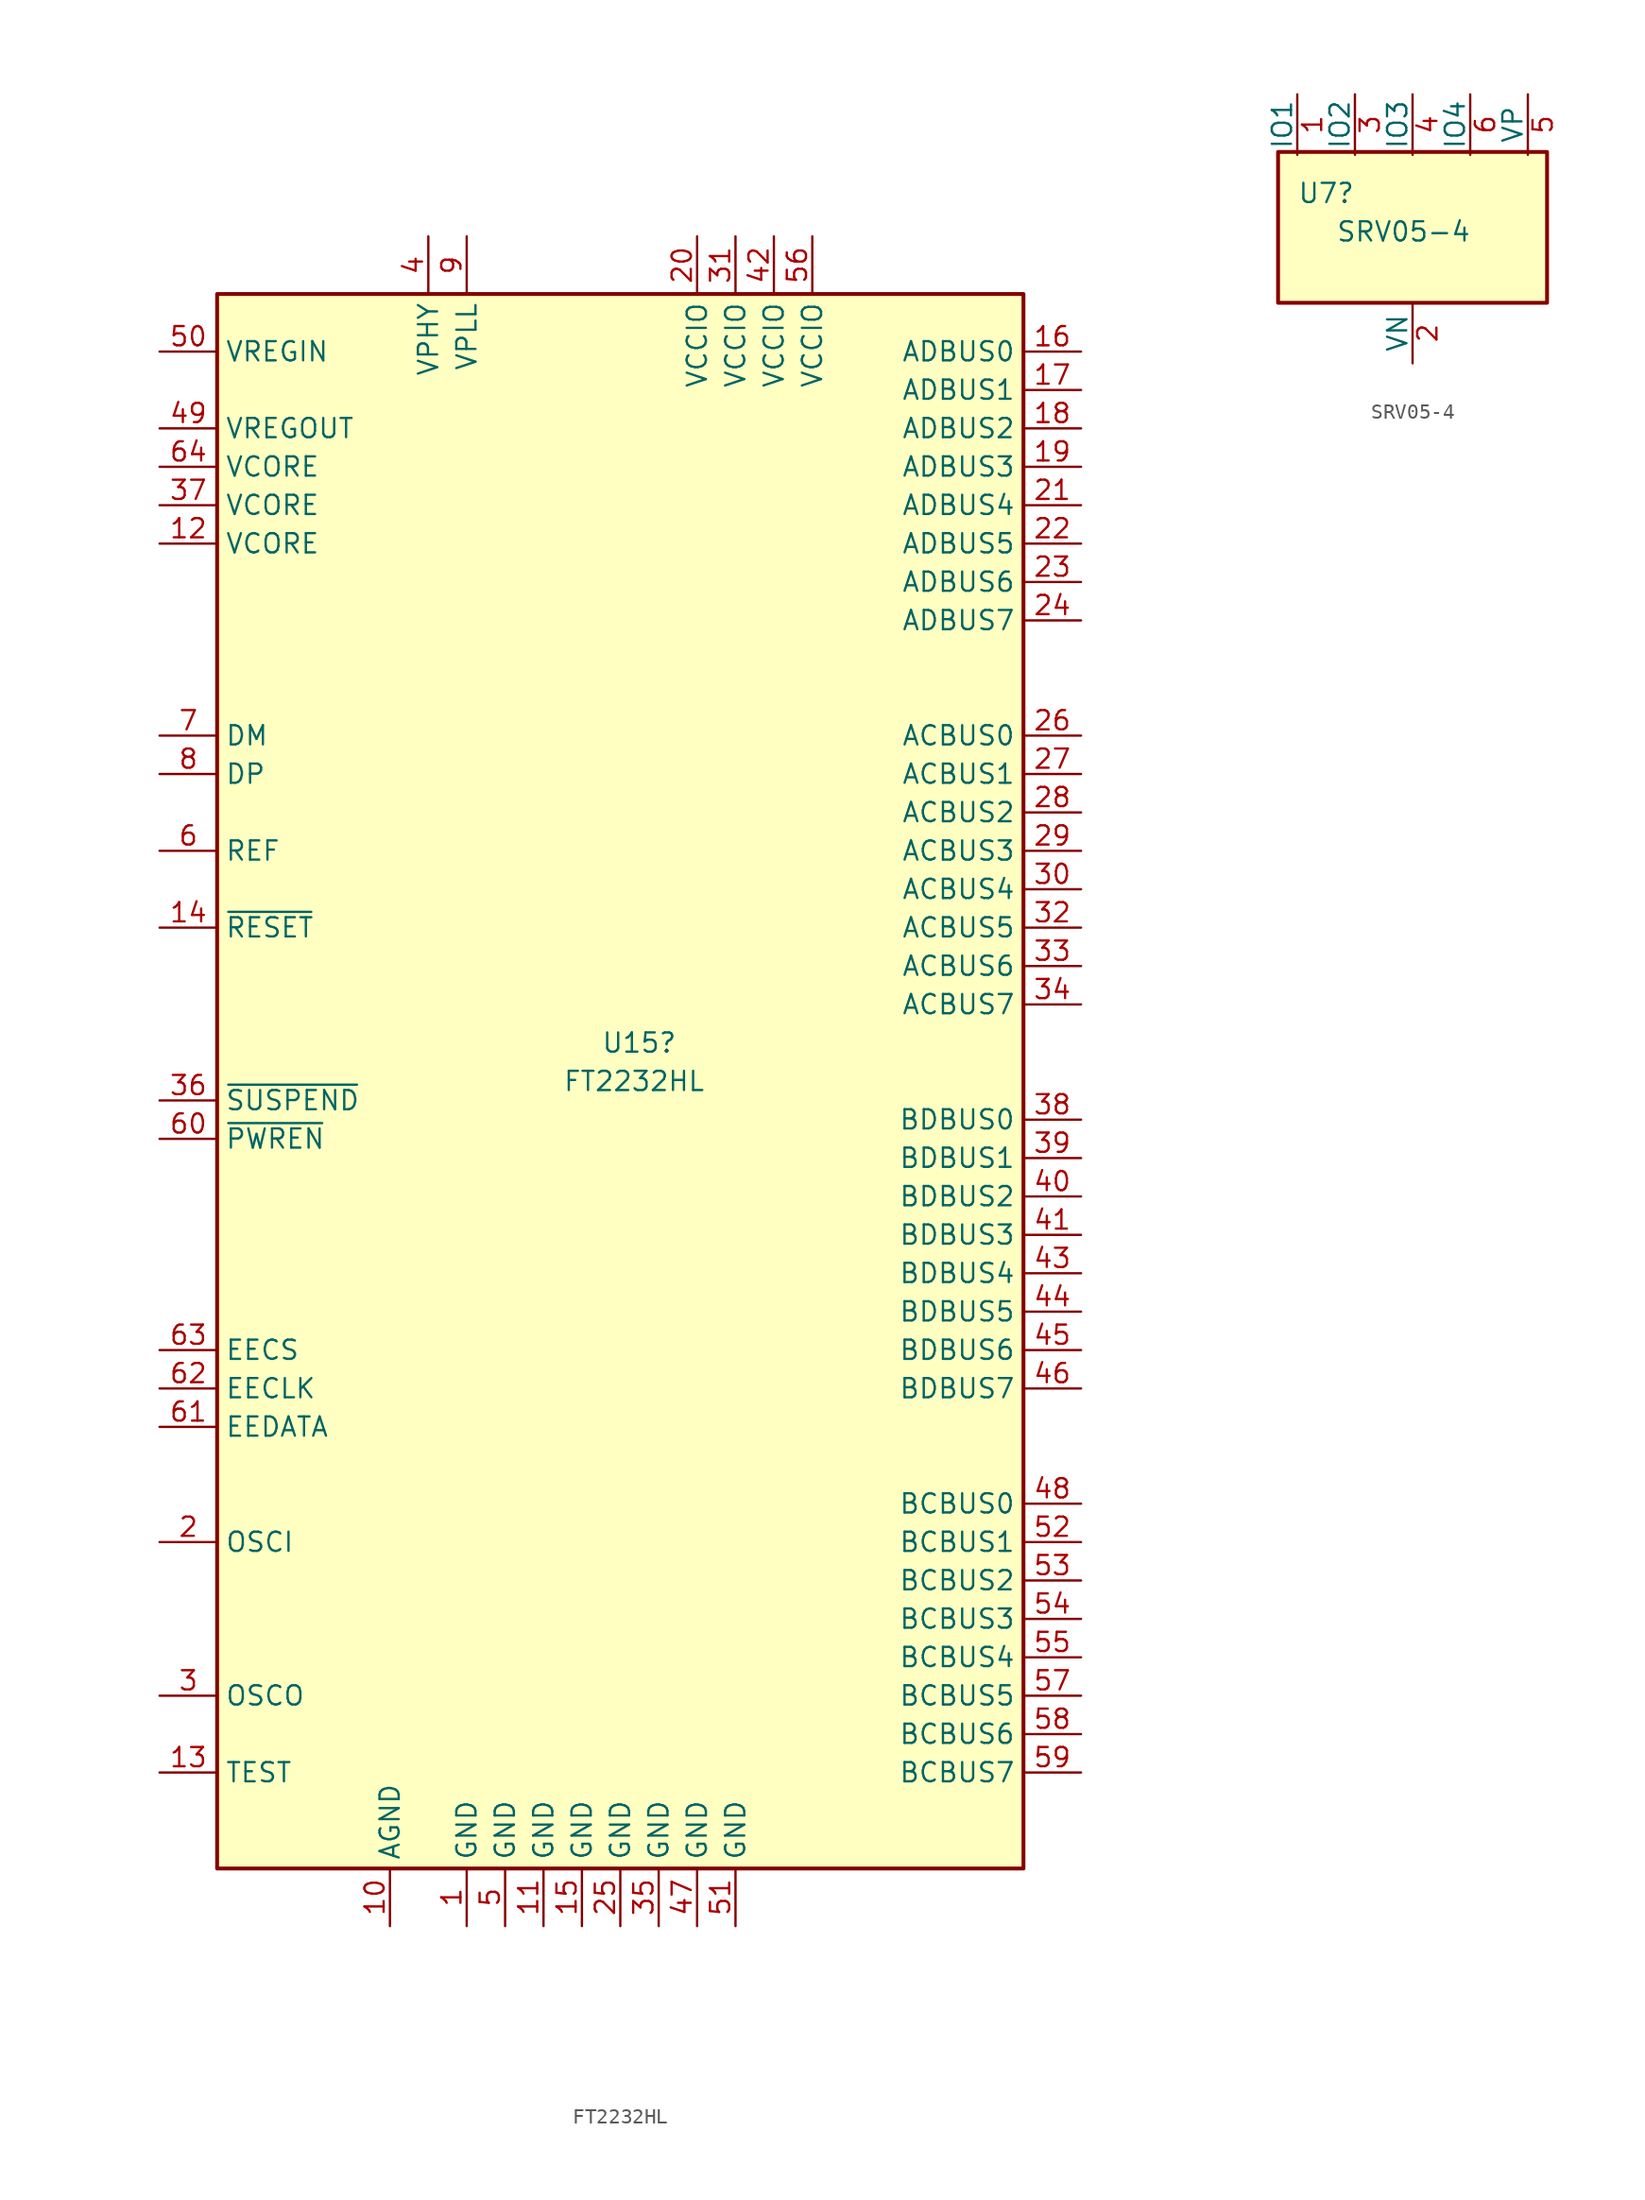
<source format=kicad_sym>
(kicad_symbol_lib
  (version 20220914)
  (generator kicad_symbol_editor)
  (symbol "FT2232HL"
    (property "Reference" "U15"
      (at -1.27 2.54 0)
      (effects (font (size 1.27 1.27)) (justify left)))
    (property "Value" "FT2232HL"
      (at -3.81 0 0)
      (effects (font (size 1.27 1.27)) (justify left)))
    (symbol "FT2232HL_0_1"
      (rectangle (start -26.67 52.07) (end 26.67 -52.07) (stroke (width 0.254) (type default)) (fill (type background))))
    (symbol "FT2232HL_1_1"
      (pin power_in line (at -10.16 -55.88 90) (length 3.81) (name "GND" (effects (font (size 1.27 1.27)))) (number "1" (effects (font (size 1.27 1.27)))))
      (pin power_in line (at -15.24 -55.88 90) (length 3.81) (name "AGND" (effects (font (size 1.27 1.27)))) (number "10" (effects (font (size 1.27 1.27)))))
      (pin power_in line (at -5.08 -55.88 90) (length 3.81) (name "GND" (effects (font (size 1.27 1.27)))) (number "11" (effects (font (size 1.27 1.27)))))
      (pin power_in line (at -30.48 35.56 0) (length 3.81) (name "VCORE" (effects (font (size 1.27 1.27)))) (number "12" (effects (font (size 1.27 1.27)))))
      (pin input line (at -30.48 -45.72 0) (length 3.81) (name "TEST" (effects (font (size 1.27 1.27)))) (number "13" (effects (font (size 1.27 1.27)))))
      (pin input line (at -30.48 10.16 0) (length 3.81) (name "~{RESET}" (effects (font (size 1.27 1.27)))) (number "14" (effects (font (size 1.27 1.27)))))
      (pin power_in line (at -2.54 -55.88 90) (length 3.81) (name "GND" (effects (font (size 1.27 1.27)))) (number "15" (effects (font (size 1.27 1.27)))))
      (pin bidirectional line (at 30.48 48.26 180) (length 3.81) (name "ADBUS0" (effects (font (size 1.27 1.27)))) (number "16" (effects (font (size 1.27 1.27)))))
      (pin bidirectional line (at 30.48 45.72 180) (length 3.81) (name "ADBUS1" (effects (font (size 1.27 1.27)))) (number "17" (effects (font (size 1.27 1.27)))))
      (pin bidirectional line (at 30.48 43.18 180) (length 3.81) (name "ADBUS2" (effects (font (size 1.27 1.27)))) (number "18" (effects (font (size 1.27 1.27)))))
      (pin bidirectional line (at 30.48 40.64 180) (length 3.81) (name "ADBUS3" (effects (font (size 1.27 1.27)))) (number "19" (effects (font (size 1.27 1.27)))))
      (pin input line (at -30.48 -30.48 0) (length 3.81) (name "OSCI" (effects (font (size 1.27 1.27)))) (number "2" (effects (font (size 1.27 1.27)))))
      (pin power_in line (at 5.08 55.88 270) (length 3.81) (name "VCCIO" (effects (font (size 1.27 1.27)))) (number "20" (effects (font (size 1.27 1.27)))))
      (pin bidirectional line (at 30.48 38.1 180) (length 3.81) (name "ADBUS4" (effects (font (size 1.27 1.27)))) (number "21" (effects (font (size 1.27 1.27)))))
      (pin bidirectional line (at 30.48 35.56 180) (length 3.81) (name "ADBUS5" (effects (font (size 1.27 1.27)))) (number "22" (effects (font (size 1.27 1.27)))))
      (pin bidirectional line (at 30.48 33.02 180) (length 3.81) (name "ADBUS6" (effects (font (size 1.27 1.27)))) (number "23" (effects (font (size 1.27 1.27)))))
      (pin bidirectional line (at 30.48 30.48 180) (length 3.81) (name "ADBUS7" (effects (font (size 1.27 1.27)))) (number "24" (effects (font (size 1.27 1.27)))))
      (pin power_in line (at 0 -55.88 90) (length 3.81) (name "GND" (effects (font (size 1.27 1.27)))) (number "25" (effects (font (size 1.27 1.27)))))
      (pin bidirectional line (at 30.48 22.86 180) (length 3.81) (name "ACBUS0" (effects (font (size 1.27 1.27)))) (number "26" (effects (font (size 1.27 1.27)))))
      (pin bidirectional line (at 30.48 20.32 180) (length 3.81) (name "ACBUS1" (effects (font (size 1.27 1.27)))) (number "27" (effects (font (size 1.27 1.27)))))
      (pin bidirectional line (at 30.48 17.78 180) (length 3.81) (name "ACBUS2" (effects (font (size 1.27 1.27)))) (number "28" (effects (font (size 1.27 1.27)))))
      (pin bidirectional line (at 30.48 15.24 180) (length 3.81) (name "ACBUS3" (effects (font (size 1.27 1.27)))) (number "29" (effects (font (size 1.27 1.27)))))
      (pin output line (at -30.48 -40.64 0) (length 3.81) (name "OSCO" (effects (font (size 1.27 1.27)))) (number "3" (effects (font (size 1.27 1.27)))))
      (pin bidirectional line (at 30.48 12.7 180) (length 3.81) (name "ACBUS4" (effects (font (size 1.27 1.27)))) (number "30" (effects (font (size 1.27 1.27)))))
      (pin power_in line (at 7.62 55.88 270) (length 3.81) (name "VCCIO" (effects (font (size 1.27 1.27)))) (number "31" (effects (font (size 1.27 1.27)))))
      (pin bidirectional line (at 30.48 10.16 180) (length 3.81) (name "ACBUS5" (effects (font (size 1.27 1.27)))) (number "32" (effects (font (size 1.27 1.27)))))
      (pin bidirectional line (at 30.48 7.62 180) (length 3.81) (name "ACBUS6" (effects (font (size 1.27 1.27)))) (number "33" (effects (font (size 1.27 1.27)))))
      (pin bidirectional line (at 30.48 5.08 180) (length 3.81) (name "ACBUS7" (effects (font (size 1.27 1.27)))) (number "34" (effects (font (size 1.27 1.27)))))
      (pin power_in line (at 2.54 -55.88 90) (length 3.81) (name "GND" (effects (font (size 1.27 1.27)))) (number "35" (effects (font (size 1.27 1.27)))))
      (pin output line (at -30.48 -1.27 0) (length 3.81) (name "~{SUSPEND}" (effects (font (size 1.27 1.27)))) (number "36" (effects (font (size 1.27 1.27)))))
      (pin power_in line (at -30.48 38.1 0) (length 3.81) (name "VCORE" (effects (font (size 1.27 1.27)))) (number "37" (effects (font (size 1.27 1.27)))))
      (pin bidirectional line (at 30.48 -2.54 180) (length 3.81) (name "BDBUS0" (effects (font (size 1.27 1.27)))) (number "38" (effects (font (size 1.27 1.27)))))
      (pin bidirectional line (at 30.48 -5.08 180) (length 3.81) (name "BDBUS1" (effects (font (size 1.27 1.27)))) (number "39" (effects (font (size 1.27 1.27)))))
      (pin power_in line (at -12.7 55.88 270) (length 3.81) (name "VPHY" (effects (font (size 1.27 1.27)))) (number "4" (effects (font (size 1.27 1.27)))))
      (pin bidirectional line (at 30.48 -7.62 180) (length 3.81) (name "BDBUS2" (effects (font (size 1.27 1.27)))) (number "40" (effects (font (size 1.27 1.27)))))
      (pin bidirectional line (at 30.48 -10.16 180) (length 3.81) (name "BDBUS3" (effects (font (size 1.27 1.27)))) (number "41" (effects (font (size 1.27 1.27)))))
      (pin power_in line (at 10.16 55.88 270) (length 3.81) (name "VCCIO" (effects (font (size 1.27 1.27)))) (number "42" (effects (font (size 1.27 1.27)))))
      (pin bidirectional line (at 30.48 -12.7 180) (length 3.81) (name "BDBUS4" (effects (font (size 1.27 1.27)))) (number "43" (effects (font (size 1.27 1.27)))))
      (pin bidirectional line (at 30.48 -15.24 180) (length 3.81) (name "BDBUS5" (effects (font (size 1.27 1.27)))) (number "44" (effects (font (size 1.27 1.27)))))
      (pin bidirectional line (at 30.48 -17.78 180) (length 3.81) (name "BDBUS6" (effects (font (size 1.27 1.27)))) (number "45" (effects (font (size 1.27 1.27)))))
      (pin bidirectional line (at 30.48 -20.32 180) (length 3.81) (name "BDBUS7" (effects (font (size 1.27 1.27)))) (number "46" (effects (font (size 1.27 1.27)))))
      (pin power_in line (at 5.08 -55.88 90) (length 3.81) (name "GND" (effects (font (size 1.27 1.27)))) (number "47" (effects (font (size 1.27 1.27)))))
      (pin bidirectional line (at 30.48 -27.94 180) (length 3.81) (name "BCBUS0" (effects (font (size 1.27 1.27)))) (number "48" (effects (font (size 1.27 1.27)))))
      (pin power_out line (at -30.48 43.18 0) (length 3.81) (name "VREGOUT" (effects (font (size 1.27 1.27)))) (number "49" (effects (font (size 1.27 1.27)))))
      (pin power_in line (at -7.62 -55.88 90) (length 3.81) (name "GND" (effects (font (size 1.27 1.27)))) (number "5" (effects (font (size 1.27 1.27)))))
      (pin power_in line (at -30.48 48.26 0) (length 3.81) (name "VREGIN" (effects (font (size 1.27 1.27)))) (number "50" (effects (font (size 1.27 1.27)))))
      (pin power_in line (at 7.62 -55.88 90) (length 3.81) (name "GND" (effects (font (size 1.27 1.27)))) (number "51" (effects (font (size 1.27 1.27)))))
      (pin bidirectional line (at 30.48 -30.48 180) (length 3.81) (name "BCBUS1" (effects (font (size 1.27 1.27)))) (number "52" (effects (font (size 1.27 1.27)))))
      (pin bidirectional line (at 30.48 -33.02 180) (length 3.81) (name "BCBUS2" (effects (font (size 1.27 1.27)))) (number "53" (effects (font (size 1.27 1.27)))))
      (pin bidirectional line (at 30.48 -35.56 180) (length 3.81) (name "BCBUS3" (effects (font (size 1.27 1.27)))) (number "54" (effects (font (size 1.27 1.27)))))
      (pin bidirectional line (at 30.48 -38.1 180) (length 3.81) (name "BCBUS4" (effects (font (size 1.27 1.27)))) (number "55" (effects (font (size 1.27 1.27)))))
      (pin power_in line (at 12.7 55.88 270) (length 3.81) (name "VCCIO" (effects (font (size 1.27 1.27)))) (number "56" (effects (font (size 1.27 1.27)))))
      (pin bidirectional line (at 30.48 -40.64 180) (length 3.81) (name "BCBUS5" (effects (font (size 1.27 1.27)))) (number "57" (effects (font (size 1.27 1.27)))))
      (pin bidirectional line (at 30.48 -43.18 180) (length 3.81) (name "BCBUS6" (effects (font (size 1.27 1.27)))) (number "58" (effects (font (size 1.27 1.27)))))
      (pin bidirectional line (at 30.48 -45.72 180) (length 3.81) (name "BCBUS7" (effects (font (size 1.27 1.27)))) (number "59" (effects (font (size 1.27 1.27)))))
      (pin output line (at -30.48 15.24 0) (length 3.81) (name "REF" (effects (font (size 1.27 1.27)))) (number "6" (effects (font (size 1.27 1.27)))))
      (pin output line (at -30.48 -3.81 0) (length 3.81) (name "~{PWREN}" (effects (font (size 1.27 1.27)))) (number "60" (effects (font (size 1.27 1.27)))))
      (pin bidirectional line (at -30.48 -22.86 0) (length 3.81) (name "EEDATA" (effects (font (size 1.27 1.27)))) (number "61" (effects (font (size 1.27 1.27)))))
      (pin output line (at -30.48 -20.32 0) (length 3.81) (name "EECLK" (effects (font (size 1.27 1.27)))) (number "62" (effects (font (size 1.27 1.27)))))
      (pin output line (at -30.48 -17.78 0) (length 3.81) (name "EECS" (effects (font (size 1.27 1.27)))) (number "63" (effects (font (size 1.27 1.27)))))
      (pin power_in line (at -30.48 40.64 0) (length 3.81) (name "VCORE" (effects (font (size 1.27 1.27)))) (number "64" (effects (font (size 1.27 1.27)))))
      (pin bidirectional line (at -30.48 22.86 0) (length 3.81) (name "DM" (effects (font (size 1.27 1.27)))) (number "7" (effects (font (size 1.27 1.27)))))
      (pin bidirectional line (at -30.48 20.32 0) (length 3.81) (name "DP" (effects (font (size 1.27 1.27)))) (number "8" (effects (font (size 1.27 1.27)))))
      (pin input line (at -10.16 55.88 270) (length 3.81) (name "VPLL" (effects (font (size 1.27 1.27)))) (number "9" (effects (font (size 1.27 1.27)))))))
  (symbol "SRV05-4"
    (pin_names
      (offset 0))
    (property "Reference" "U7"
      (at -7.62 2.35 0)
      (effects (font (size 1.27 1.27)) (justify left)))
    (property "Value" "SRV05-4"
      (at -5.08 -0.19 0)
      (effects (font (size 1.27 1.27)) (justify left)))
    (symbol "SRV05-4_1_1"
      (rectangle (start -8.89 5.08) (end 8.89 -4.89) (stroke (width 0.254) (type default)) (fill (type background)))
      (pin passive line (at -7.62 8.89 270) (length 4) (name "IO1" (effects (font (size 1.27 1.27)))) (number "1" (effects (font (size 1.27 1.27)))))
      (pin passive line (at 0 -8.89 90) (length 4) (name "VN" (effects (font (size 1.27 1.27)))) (number "2" (effects (font (size 1.27 1.27)))))
      (pin passive line (at -3.81 8.89 270) (length 4) (name "IO2" (effects (font (size 1.27 1.27)))) (number "3" (effects (font (size 1.27 1.27)))))
      (pin passive line (at 0 8.89 270) (length 4) (name "IO3" (effects (font (size 1.27 1.27)))) (number "4" (effects (font (size 1.27 1.27)))))
      (pin passive line (at 7.62 8.89 270) (length 4) (name "VP" (effects (font (size 1.27 1.27)))) (number "5" (effects (font (size 1.27 1.27)))))
      (pin passive line (at 3.81 8.89 270) (length 4) (name "IO4" (effects (font (size 1.27 1.27)))) (number "6" (effects (font (size 1.27 1.27))))))))
</source>
